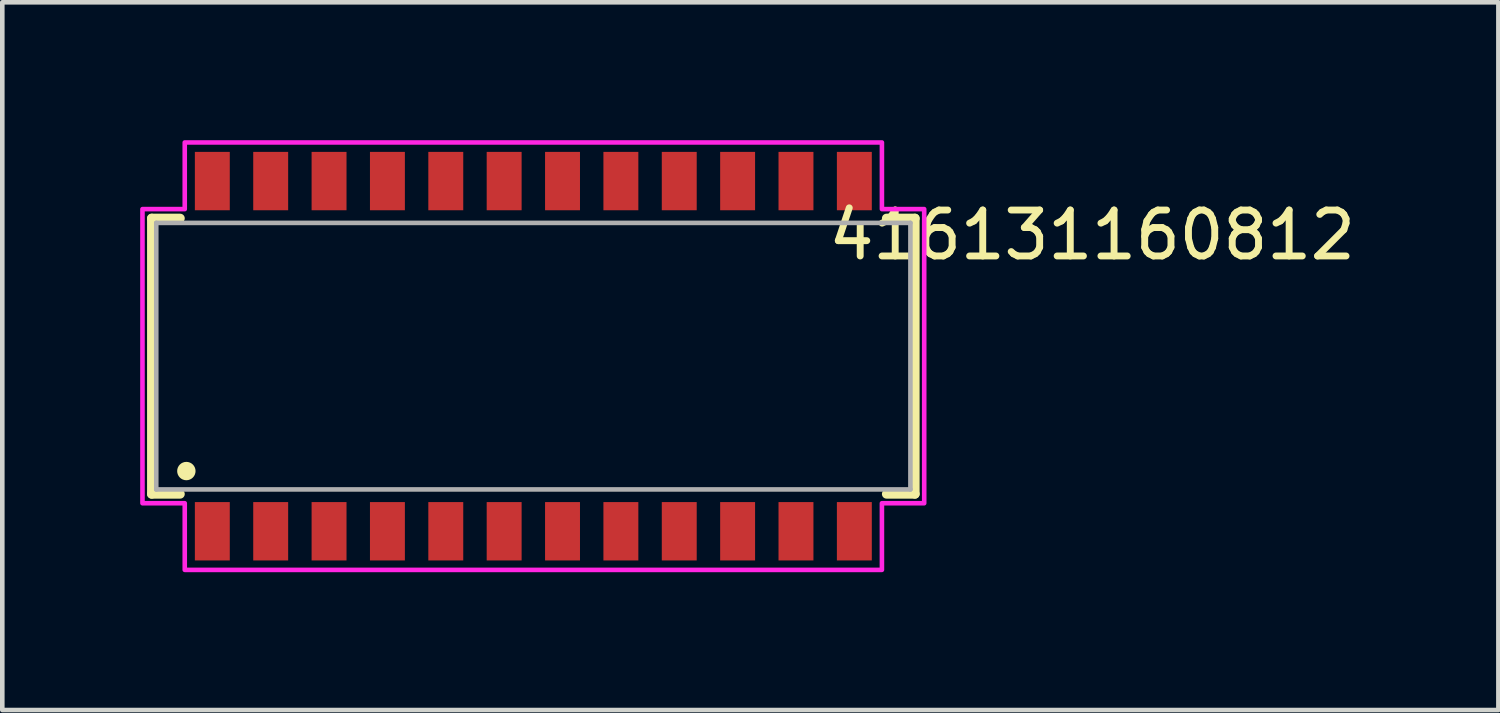
<source format=kicad_pcb>
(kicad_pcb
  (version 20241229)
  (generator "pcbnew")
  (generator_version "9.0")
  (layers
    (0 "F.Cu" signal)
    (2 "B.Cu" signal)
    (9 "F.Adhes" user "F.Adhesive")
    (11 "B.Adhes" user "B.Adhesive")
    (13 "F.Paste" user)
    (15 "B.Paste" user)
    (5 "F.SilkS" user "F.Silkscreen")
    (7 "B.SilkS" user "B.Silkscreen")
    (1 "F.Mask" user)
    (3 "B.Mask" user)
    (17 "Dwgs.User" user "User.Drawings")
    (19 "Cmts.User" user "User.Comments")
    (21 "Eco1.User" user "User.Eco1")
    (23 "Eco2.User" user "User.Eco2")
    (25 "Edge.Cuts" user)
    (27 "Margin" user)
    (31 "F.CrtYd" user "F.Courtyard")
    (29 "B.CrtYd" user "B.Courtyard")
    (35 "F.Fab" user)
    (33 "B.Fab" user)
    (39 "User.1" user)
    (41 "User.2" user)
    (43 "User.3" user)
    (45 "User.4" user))
  (footprint "416131160812"
    (layer "F.Cu")
    (at 8.555 4.7)
    (property "Reference" "416131160812" (at 12.16 -2.635 0) (layer "F.SilkS") (effects (font (size 1 1) (thickness 0.15))))
    (attr smd)
    (fp_line (start -8.305 -3) (end -8.305 3) (stroke (width 0.2) (type solid)) (layer "F.SilkS"))
    (fp_line (start -8.305 3) (end -7.685 3) (stroke (width 0.2) (type solid)) (layer "F.SilkS"))
    (fp_line (start -7.685 -3) (end -8.305 -3) (stroke (width 0.2) (type solid)) (layer "F.SilkS"))
    (fp_line (start 7.685 -3) (end 8.305 -3) (stroke (width 0.2) (type solid)) (layer "F.SilkS"))
    (fp_line (start 8.305 -3) (end 8.305 3) (stroke (width 0.2) (type solid)) (layer "F.SilkS"))
    (fp_line (start 8.305 3) (end 7.685 3) (stroke (width 0.2) (type solid)) (layer "F.SilkS"))
    (fp_circle (center -7.55 2.5) (end -7.45 2.5) (stroke (width 0.2) (type solid)) (fill no) (layer "F.SilkS"))
    (fp_poly (pts (xy -7.585 -4.65) (xy 7.585 -4.65) (xy 7.585 -3.2) (xy 8.505 -3.2) (xy 8.505 3.2) (xy 7.585 3.2) (xy 7.585 4.65) (xy -7.585 4.65) (xy -7.585 3.2) (xy -8.505 3.2) (xy -8.505 -3.2) (xy -7.585 -3.2)) (stroke (width 0.1) (type solid)) (fill no) (layer "F.CrtYd"))
    (fp_line (start -8.205 -2.9) (end -8.205 2.9) (stroke (width 0.1) (type solid)) (layer "F.Fab"))
    (fp_line (start -8.205 -2.9) (end 8.205 -2.9) (stroke (width 0.1) (type solid)) (layer "F.Fab"))
    (fp_line (start -8.205 2.9) (end 8.205 2.9) (stroke (width 0.1) (type solid)) (layer "F.Fab"))
    (fp_line (start 8.205 -2.9) (end 8.205 2.9) (stroke (width 0.1) (type solid)) (layer "F.Fab"))
    (pad "1" smd rect (at -6.985 3.81) (size 0.76 1.27) (layers "F.Cu" "F.Mask" "F.Paste"))
    (pad "2" smd rect (at -5.715 3.81) (size 0.76 1.27) (layers "F.Cu" "F.Mask" "F.Paste"))
    (pad "3" smd rect (at -4.445 3.81) (size 0.76 1.27) (layers "F.Cu" "F.Mask" "F.Paste"))
    (pad "4" smd rect (at -3.175 3.81) (size 0.76 1.27) (layers "F.Cu" "F.Mask" "F.Paste"))
    (pad "5" smd rect (at -1.905 3.81) (size 0.76 1.27) (layers "F.Cu" "F.Mask" "F.Paste"))
    (pad "6" smd rect (at -0.635 3.81) (size 0.76 1.27) (layers "F.Cu" "F.Mask" "F.Paste"))
    (pad "7" smd rect (at 0.635 3.81) (size 0.76 1.27) (layers "F.Cu" "F.Mask" "F.Paste"))
    (pad "8" smd rect (at 1.905 3.81) (size 0.76 1.27) (layers "F.Cu" "F.Mask" "F.Paste"))
    (pad "9" smd rect (at 3.175 3.81) (size 0.76 1.27) (layers "F.Cu" "F.Mask" "F.Paste"))
    (pad "10" smd rect (at 4.445 3.81) (size 0.76 1.27) (layers "F.Cu" "F.Mask" "F.Paste"))
    (pad "11" smd rect (at 5.715 3.81) (size 0.76 1.27) (layers "F.Cu" "F.Mask" "F.Paste"))
    (pad "12" smd rect (at 6.985 3.81) (size 0.76 1.27) (layers "F.Cu" "F.Mask" "F.Paste"))
    (pad "A1" smd rect (at -6.985 -3.81) (size 0.76 1.27) (layers "F.Cu" "F.Mask" "F.Paste"))
    (pad "A2" smd rect (at -5.715 -3.81) (size 0.76 1.27) (layers "F.Cu" "F.Mask" "F.Paste"))
    (pad "A3" smd rect (at -4.445 -3.81) (size 0.76 1.27) (layers "F.Cu" "F.Mask" "F.Paste"))
    (pad "A4" smd rect (at -3.175 -3.81) (size 0.76 1.27) (layers "F.Cu" "F.Mask" "F.Paste"))
    (pad "A5" smd rect (at -1.905 -3.81) (size 0.76 1.27) (layers "F.Cu" "F.Mask" "F.Paste"))
    (pad "A6" smd rect (at -0.635 -3.81) (size 0.76 1.27) (layers "F.Cu" "F.Mask" "F.Paste"))
    (pad "A7" smd rect (at 0.635 -3.81) (size 0.76 1.27) (layers "F.Cu" "F.Mask" "F.Paste"))
    (pad "A8" smd rect (at 1.905 -3.81) (size 0.76 1.27) (layers "F.Cu" "F.Mask" "F.Paste"))
    (pad "A9" smd rect (at 3.175 -3.81) (size 0.76 1.27) (layers "F.Cu" "F.Mask" "F.Paste"))
    (pad "A10" smd rect (at 4.445 -3.81) (size 0.76 1.27) (layers "F.Cu" "F.Mask" "F.Paste"))
    (pad "A11" smd rect (at 5.715 -3.81) (size 0.76 1.27) (layers "F.Cu" "F.Mask" "F.Paste"))
    (pad "A12" smd rect (at 6.985 -3.81) (size 0.76 1.27) (layers "F.Cu" "F.Mask" "F.Paste")))
  (gr_rect
    (start -3 -3)
    (end 29.554 12.4)
    (stroke (width 0.1) (type default))
    (fill no)
    (layer "Edge.Cuts")))
</source>
